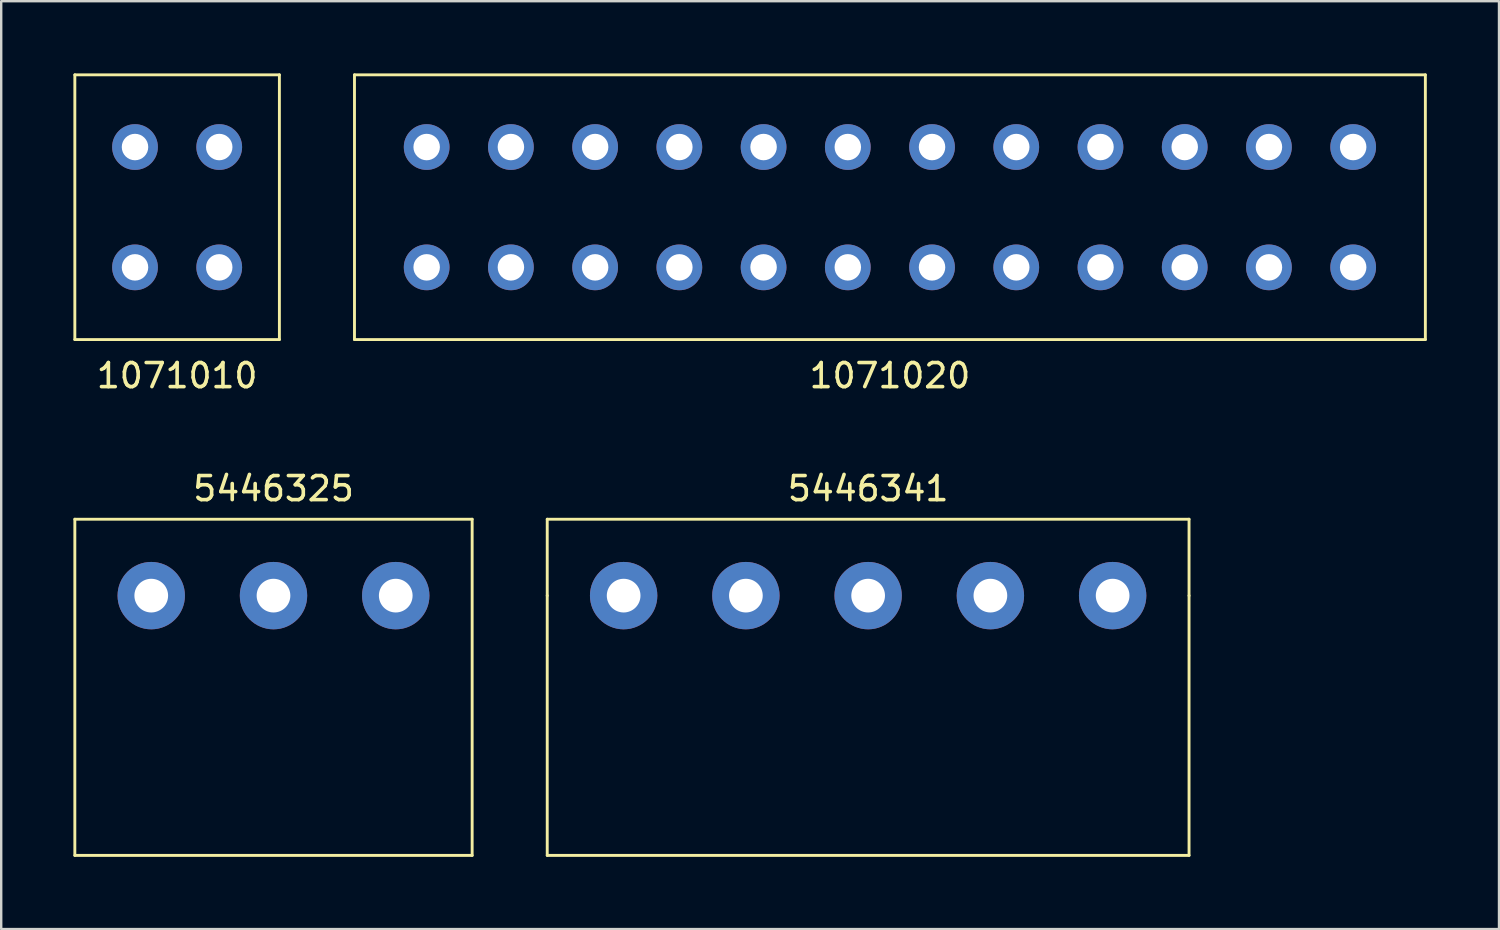
<source format=kicad_pcb>
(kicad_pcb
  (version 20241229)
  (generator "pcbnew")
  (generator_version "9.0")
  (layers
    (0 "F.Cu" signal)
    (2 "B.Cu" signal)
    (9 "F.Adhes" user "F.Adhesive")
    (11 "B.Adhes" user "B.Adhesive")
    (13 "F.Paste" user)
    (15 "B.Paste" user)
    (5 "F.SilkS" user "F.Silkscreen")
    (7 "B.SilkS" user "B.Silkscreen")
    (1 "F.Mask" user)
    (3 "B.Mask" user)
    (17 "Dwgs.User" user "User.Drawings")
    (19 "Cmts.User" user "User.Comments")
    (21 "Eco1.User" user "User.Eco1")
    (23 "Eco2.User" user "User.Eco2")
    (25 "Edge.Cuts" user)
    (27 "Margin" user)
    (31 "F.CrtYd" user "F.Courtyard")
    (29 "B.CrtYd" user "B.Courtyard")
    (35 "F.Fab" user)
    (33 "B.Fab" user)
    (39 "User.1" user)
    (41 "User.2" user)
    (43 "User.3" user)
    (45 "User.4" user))
  (footprint "5446341"
    (layer "F.Cu")
    (at 33.025 21.701)
    (property "Reference" "5446341" (at 0 -4.445 0) (layer "F.SilkS") (effects (font (size 1 1) (thickness 0.15))))
    (attr through_hole)
    (fp_line (start -13.335 0) (end -13.335 -3.175) (stroke (width 0.12) (type solid)) (layer "F.SilkS"))
    (fp_line (start -13.335 0) (end -13.335 10.795) (stroke (width 0.12) (type solid)) (layer "F.SilkS"))
    (fp_line (start 13.335 -3.175) (end -13.335 -3.175) (stroke (width 0.12) (type solid)) (layer "F.SilkS"))
    (fp_line (start 13.335 0) (end 13.335 -3.175) (stroke (width 0.12) (type solid)) (layer "F.SilkS"))
    (fp_line (start 13.335 0) (end 13.335 10.795) (stroke (width 0.12) (type solid)) (layer "F.SilkS"))
    (fp_line (start 13.335 10.795) (end -13.335 10.795) (stroke (width 0.12) (type solid)) (layer "F.SilkS"))
    (pad "1" thru_hole circle (at -10.16 0) (size 2.8 2.8) (drill 1.4) (layers "*.Cu" "*.Mask"))
    (pad "2" thru_hole circle (at -5.08 0) (size 2.8 2.8) (drill 1.4) (layers "*.Cu" "*.Mask"))
    (pad "3" thru_hole circle (at 0 0) (size 2.8 2.8) (drill 1.4) (layers "*.Cu" "*.Mask"))
    (pad "4" thru_hole circle (at 5.08 0) (size 2.8 2.8) (drill 1.4) (layers "*.Cu" "*.Mask"))
    (pad "5" thru_hole circle (at 10.16 0) (size 2.8 2.8) (drill 1.4) (layers "*.Cu" "*.Mask")))
  (footprint "5446325"
    (layer "F.Cu")
    (at 8.315 21.701)
    (property "Reference" "5446325" (at 0 -4.445 0) (layer "F.SilkS") (effects (font (size 1 1) (thickness 0.15))))
    (attr through_hole)
    (fp_line (start -8.255 -3.175) (end -8.255 10.795) (stroke (width 0.12) (type solid)) (layer "F.SilkS"))
    (fp_line (start -8.255 -3.175) (end 8.255 -3.175) (stroke (width 0.12) (type solid)) (layer "F.SilkS"))
    (fp_line (start -8.255 10.795) (end 8.255 10.795) (stroke (width 0.12) (type solid)) (layer "F.SilkS"))
    (fp_line (start 8.255 -3.175) (end 8.255 10.795) (stroke (width 0.12) (type solid)) (layer "F.SilkS"))
    (pad "1" thru_hole circle (at -5.08 0) (size 2.8 2.8) (drill 1.4) (layers "*.Cu" "*.Mask"))
    (pad "2" thru_hole circle (at 0 0) (size 2.8 2.8) (drill 1.4) (layers "*.Cu" "*.Mask"))
    (pad "3" thru_hole circle (at 5.08 0) (size 2.8 2.8) (drill 1.4) (layers "*.Cu" "*.Mask")))
  (footprint "1071020"
    (layer "F.Cu")
    (at 33.93 5.56)
    (property "Reference" "1071020" (at 0 7 0) (layer "F.SilkS") (effects (font (size 1 1) (thickness 0.15))))
    (attr through_hole)
    (fp_line (start -22.25 -5.5) (end -22.25 5.5) (stroke (width 0.12) (type solid)) (layer "F.SilkS"))
    (fp_line (start -22.25 5.5) (end 22.25 5.5) (stroke (width 0.12) (type solid)) (layer "F.SilkS"))
    (fp_line (start 22.25 -5.5) (end -22.25 -5.5) (stroke (width 0.12) (type solid)) (layer "F.SilkS"))
    (fp_line (start 22.25 5.5) (end 22.25 -5.5) (stroke (width 0.12) (type solid)) (layer "F.SilkS"))
    (pad "1" thru_hole circle (at -19.25 -2.5) (size 1.9 1.9) (drill 1.1) (layers "*.Cu" "*.Mask"))
    (pad "1" thru_hole circle (at -19.25 2.5) (size 1.9 1.9) (drill 1.1) (layers "*.Cu" "*.Mask"))
    (pad "2" thru_hole circle (at -15.75 -2.5) (size 1.9 1.9) (drill 1.1) (layers "*.Cu" "*.Mask"))
    (pad "2" thru_hole circle (at -15.75 2.5) (size 1.9 1.9) (drill 1.1) (layers "*.Cu" "*.Mask"))
    (pad "3" thru_hole circle (at -12.25 -2.5) (size 1.9 1.9) (drill 1.1) (layers "*.Cu" "*.Mask"))
    (pad "3" thru_hole circle (at -12.25 2.5) (size 1.9 1.9) (drill 1.1) (layers "*.Cu" "*.Mask"))
    (pad "4" thru_hole circle (at -8.75 -2.5) (size 1.9 1.9) (drill 1.1) (layers "*.Cu" "*.Mask"))
    (pad "4" thru_hole circle (at -8.75 2.5) (size 1.9 1.9) (drill 1.1) (layers "*.Cu" "*.Mask"))
    (pad "5" thru_hole circle (at -5.25 -2.5) (size 1.9 1.9) (drill 1.1) (layers "*.Cu" "*.Mask"))
    (pad "5" thru_hole circle (at -5.25 2.5) (size 1.9 1.9) (drill 1.1) (layers "*.Cu" "*.Mask"))
    (pad "6" thru_hole circle (at -1.75 -2.5) (size 1.9 1.9) (drill 1.1) (layers "*.Cu" "*.Mask"))
    (pad "6" thru_hole circle (at -1.75 2.5) (size 1.9 1.9) (drill 1.1) (layers "*.Cu" "*.Mask"))
    (pad "7" thru_hole circle (at 1.75 -2.5) (size 1.9 1.9) (drill 1.1) (layers "*.Cu" "*.Mask"))
    (pad "7" thru_hole circle (at 1.75 2.5) (size 1.9 1.9) (drill 1.1) (layers "*.Cu" "*.Mask"))
    (pad "8" thru_hole circle (at 5.25 -2.5) (size 1.9 1.9) (drill 1.1) (layers "*.Cu" "*.Mask"))
    (pad "8" thru_hole circle (at 5.25 2.5) (size 1.9 1.9) (drill 1.1) (layers "*.Cu" "*.Mask"))
    (pad "9" thru_hole circle (at 8.75 -2.5) (size 1.9 1.9) (drill 1.1) (layers "*.Cu" "*.Mask"))
    (pad "9" thru_hole circle (at 8.75 2.5) (size 1.9 1.9) (drill 1.1) (layers "*.Cu" "*.Mask"))
    (pad "10" thru_hole circle (at 12.25 -2.5) (size 1.9 1.9) (drill 1.1) (layers "*.Cu" "*.Mask"))
    (pad "10" thru_hole circle (at 12.25 2.5) (size 1.9 1.9) (drill 1.1) (layers "*.Cu" "*.Mask"))
    (pad "11" thru_hole circle (at 15.75 -2.5) (size 1.9 1.9) (drill 1.1) (layers "*.Cu" "*.Mask"))
    (pad "11" thru_hole circle (at 15.75 2.5) (size 1.9 1.9) (drill 1.1) (layers "*.Cu" "*.Mask"))
    (pad "12" thru_hole circle (at 19.25 -2.5) (size 1.9 1.9) (drill 1.1) (layers "*.Cu" "*.Mask"))
    (pad "12" thru_hole circle (at 19.25 2.5) (size 1.9 1.9) (drill 1.1) (layers "*.Cu" "*.Mask")))
  (footprint "1071010"
    (layer "F.Cu")
    (at 4.31 5.56)
    (property "Reference" "1071010" (at 0 7 0) (layer "F.SilkS") (effects (font (size 1 1) (thickness 0.15))))
    (attr through_hole)
    (fp_line (start -4.25 -5.5) (end -4.25 5.5) (stroke (width 0.12) (type solid)) (layer "F.SilkS"))
    (fp_line (start -4.25 -5.5) (end 4.25 -5.5) (stroke (width 0.12) (type solid)) (layer "F.SilkS"))
    (fp_line (start -4.25 5.5) (end 4.25 5.5) (stroke (width 0.12) (type solid)) (layer "F.SilkS"))
    (fp_line (start 4.25 -5.5) (end 4.25 5.5) (stroke (width 0.12) (type solid)) (layer "F.SilkS"))
    (pad "1" thru_hole circle (at -1.75 -2.5) (size 1.9 1.9) (drill 1.1) (layers "*.Cu" "*.Mask"))
    (pad "1" thru_hole circle (at -1.75 2.5) (size 1.9 1.9) (drill 1.1) (layers "*.Cu" "*.Mask"))
    (pad "2" thru_hole circle (at 1.75 -2.5) (size 1.9 1.9) (drill 1.1) (layers "*.Cu" "*.Mask"))
    (pad "2" thru_hole circle (at 1.75 2.5) (size 1.9 1.9) (drill 1.1) (layers "*.Cu" "*.Mask")))
  (gr_rect
    (start -3 -3)
    (end 59.24 35.556)
    (stroke (width 0.1) (type default))
    (fill no)
    (layer "Edge.Cuts")))
</source>
